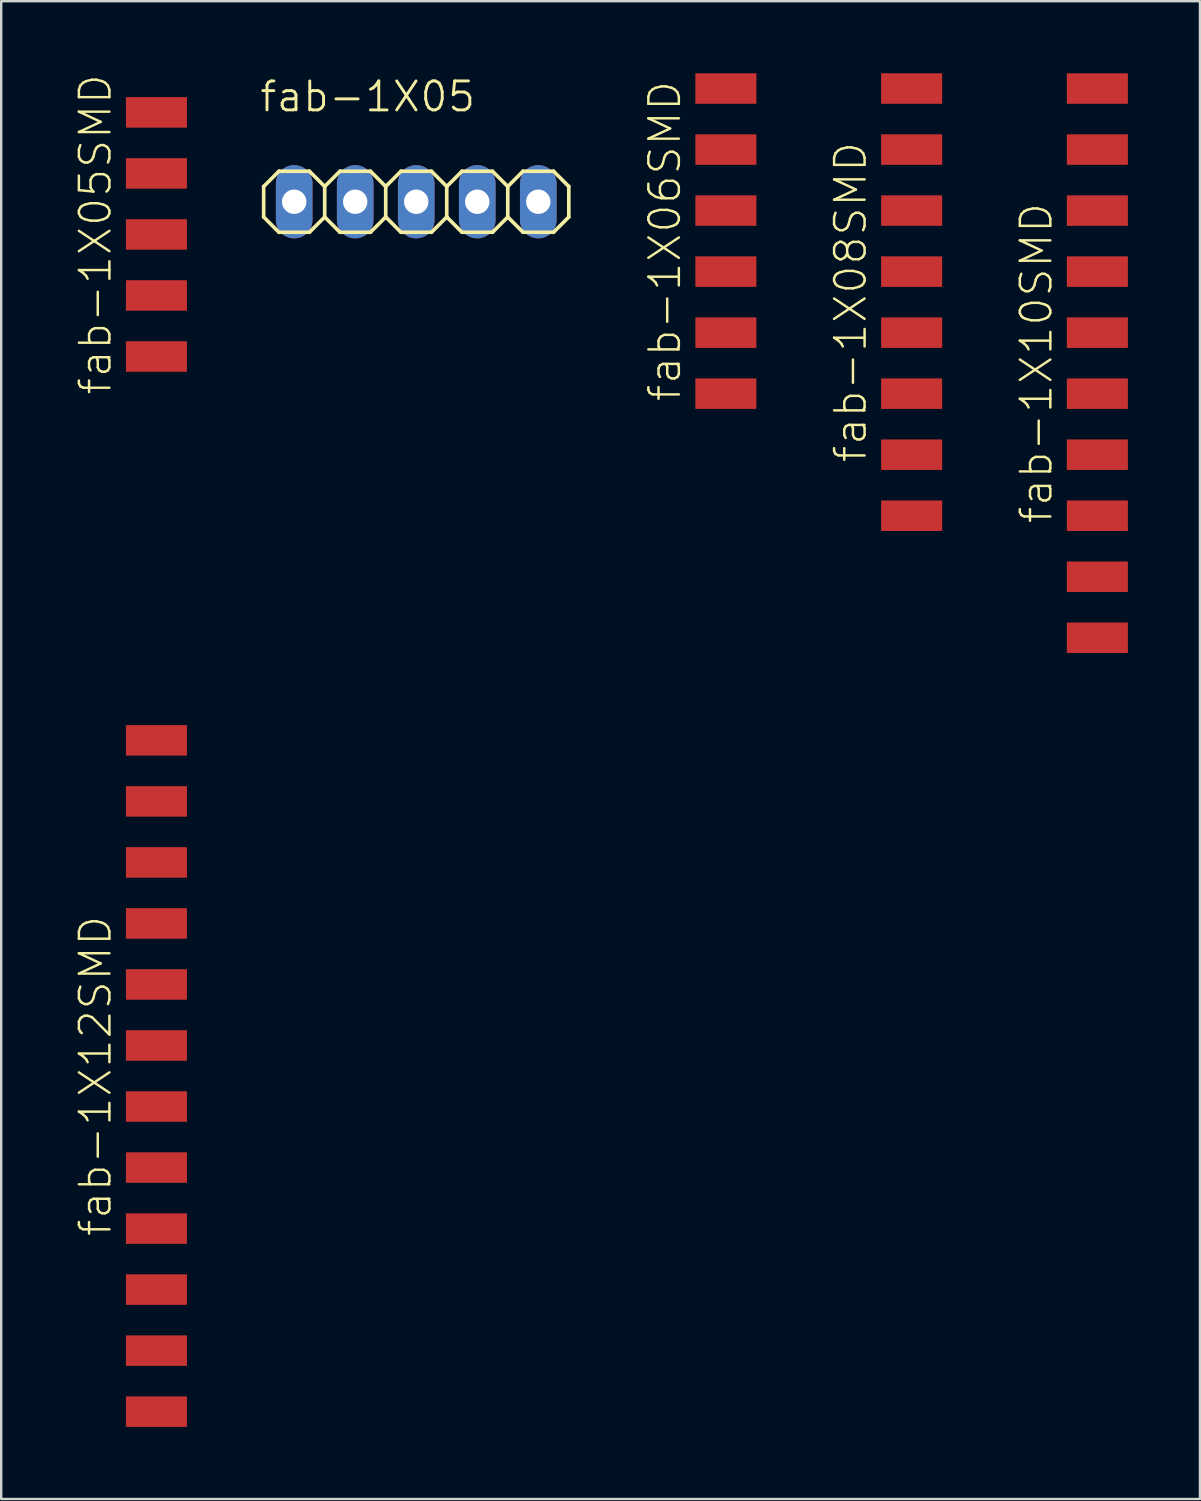
<source format=kicad_pcb>
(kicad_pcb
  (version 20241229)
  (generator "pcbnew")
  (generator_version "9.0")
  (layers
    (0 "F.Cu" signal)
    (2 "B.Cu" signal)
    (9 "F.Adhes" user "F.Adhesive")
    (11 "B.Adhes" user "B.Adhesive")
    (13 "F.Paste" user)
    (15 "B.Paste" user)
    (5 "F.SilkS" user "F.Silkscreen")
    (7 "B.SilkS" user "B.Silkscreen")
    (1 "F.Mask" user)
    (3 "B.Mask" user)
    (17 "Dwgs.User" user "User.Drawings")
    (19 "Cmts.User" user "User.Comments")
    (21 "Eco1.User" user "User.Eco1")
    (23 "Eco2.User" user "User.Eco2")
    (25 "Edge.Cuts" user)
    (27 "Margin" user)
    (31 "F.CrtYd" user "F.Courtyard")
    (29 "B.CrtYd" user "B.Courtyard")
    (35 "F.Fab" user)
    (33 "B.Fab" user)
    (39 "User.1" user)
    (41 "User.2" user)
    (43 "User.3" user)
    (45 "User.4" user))
  (footprint "fab-1X10SMD"
    (layer "F.Cu")
    (at 42.624 12.065)
    (property "Reference" "fab-1X10SMD" (at -2.54 0 90) (layer "F.SilkS") (effects (font (size 1.27 1.27) (thickness 0.102))))
    (attr smd)
    (pad "1" smd rect (at 0 -11.43) (size 2.54 1.27) (layers "F.Cu" "F.Mask" "F.Paste"))
    (pad "2" smd rect (at 0 -8.89) (size 2.54 1.27) (layers "F.Cu" "F.Mask" "F.Paste"))
    (pad "3" smd rect (at 0 -6.35) (size 2.54 1.27) (layers "F.Cu" "F.Mask" "F.Paste"))
    (pad "4" smd rect (at 0 -3.81) (size 2.54 1.27) (layers "F.Cu" "F.Mask" "F.Paste"))
    (pad "5" smd rect (at 0 -1.27) (size 2.54 1.27) (layers "F.Cu" "F.Mask" "F.Paste"))
    (pad "6" smd rect (at 0 1.27) (size 2.54 1.27) (layers "F.Cu" "F.Mask" "F.Paste"))
    (pad "7" smd rect (at 0 3.81) (size 2.54 1.27) (layers "F.Cu" "F.Mask" "F.Paste"))
    (pad "8" smd rect (at 0 6.35) (size 2.54 1.27) (layers "F.Cu" "F.Mask" "F.Paste"))
    (pad "9" smd rect (at 0 8.89) (size 2.54 1.27) (layers "F.Cu" "F.Mask" "F.Paste"))
    (pad "10" smd rect (at 0 11.43) (size 2.54 1.27) (layers "F.Cu" "F.Mask" "F.Paste")))
  (footprint "fab-1X05SMD"
    (layer "F.Cu")
    (at 3.461 6.708)
    (property "Reference" "fab-1X05SMD" (at -2.54 0 90) (layer "F.SilkS") (effects (font (size 1.27 1.27) (thickness 0.102))))
    (attr smd)
    (pad "1" smd rect (at 0 -5.08) (size 2.54 1.27) (layers "F.Cu" "F.Mask" "F.Paste"))
    (pad "2" smd rect (at 0 -2.54) (size 2.54 1.27) (layers "F.Cu" "F.Mask" "F.Paste"))
    (pad "3" smd rect (at 0 0) (size 2.54 1.27) (layers "F.Cu" "F.Mask" "F.Paste"))
    (pad "4" smd rect (at 0 2.54) (size 2.54 1.27) (layers "F.Cu" "F.Mask" "F.Paste"))
    (pad "5" smd rect (at 0 5.08) (size 2.54 1.27) (layers "F.Cu" "F.Mask" "F.Paste")))
  (footprint "fab-1X12SMD"
    (layer "F.Cu")
    (at 3.461 41.735)
    (property "Reference" "fab-1X12SMD" (at -2.54 0 90) (layer "F.SilkS") (effects (font (size 1.27 1.27) (thickness 0.102))))
    (attr smd)
    (pad "1" smd rect (at 0 -13.97) (size 2.54 1.27) (layers "F.Cu" "F.Mask" "F.Paste"))
    (pad "2" smd rect (at 0 -11.43) (size 2.54 1.27) (layers "F.Cu" "F.Mask" "F.Paste"))
    (pad "3" smd rect (at 0 -8.89) (size 2.54 1.27) (layers "F.Cu" "F.Mask" "F.Paste"))
    (pad "4" smd rect (at 0 -6.35) (size 2.54 1.27) (layers "F.Cu" "F.Mask" "F.Paste"))
    (pad "5" smd rect (at 0 -3.81) (size 2.54 1.27) (layers "F.Cu" "F.Mask" "F.Paste"))
    (pad "6" smd rect (at 0 -1.27) (size 2.54 1.27) (layers "F.Cu" "F.Mask" "F.Paste"))
    (pad "7" smd rect (at 0 1.27) (size 2.54 1.27) (layers "F.Cu" "F.Mask" "F.Paste"))
    (pad "8" smd rect (at 0 3.81) (size 2.54 1.27) (layers "F.Cu" "F.Mask" "F.Paste"))
    (pad "9" smd rect (at 0 6.35) (size 2.54 1.27) (layers "F.Cu" "F.Mask" "F.Paste"))
    (pad "10" smd rect (at 0 8.89) (size 2.54 1.27) (layers "F.Cu" "F.Mask" "F.Paste"))
    (pad "11" smd rect (at 0 11.43) (size 2.54 1.27) (layers "F.Cu" "F.Mask" "F.Paste"))
    (pad "12" smd rect (at 0 13.97) (size 2.54 1.27) (layers "F.Cu" "F.Mask" "F.Paste")))
  (footprint "fab-1X08SMD"
    (layer "F.Cu")
    (at 34.893 9.525)
    (property "Reference" "fab-1X08SMD" (at -2.54 0 90) (layer "F.SilkS") (effects (font (size 1.27 1.27) (thickness 0.102))))
    (attr smd)
    (pad "1" smd rect (at 0 -8.89) (size 2.54 1.27) (layers "F.Cu" "F.Mask" "F.Paste"))
    (pad "2" smd rect (at 0 -6.35) (size 2.54 1.27) (layers "F.Cu" "F.Mask" "F.Paste"))
    (pad "3" smd rect (at 0 -3.81) (size 2.54 1.27) (layers "F.Cu" "F.Mask" "F.Paste"))
    (pad "4" smd rect (at 0 -1.27) (size 2.54 1.27) (layers "F.Cu" "F.Mask" "F.Paste"))
    (pad "5" smd rect (at 0 1.27) (size 2.54 1.27) (layers "F.Cu" "F.Mask" "F.Paste"))
    (pad "6" smd rect (at 0 3.81) (size 2.54 1.27) (layers "F.Cu" "F.Mask" "F.Paste"))
    (pad "7" smd rect (at 0 6.35) (size 2.54 1.27) (layers "F.Cu" "F.Mask" "F.Paste"))
    (pad "8" smd rect (at 0 8.89) (size 2.54 1.27) (layers "F.Cu" "F.Mask" "F.Paste")))
  (footprint "fab-1X05"
    (layer "F.Cu")
    (at 14.274 5.347)
    (property "Reference" "fab-1X05" (at 2.54 -5.08 180) (layer "F.SilkS") (effects (font (size 1.206 1.206) (thickness 0.121)) (justify right top)))
    (attr through_hole)
    (fp_line (start -6.35 -0.635) (end -6.35 0.635) (stroke (width 0.152) (type solid)) (layer "F.SilkS"))
    (fp_line (start -6.35 0.635) (end -5.715 1.27) (stroke (width 0.152) (type solid)) (layer "F.SilkS"))
    (fp_line (start -5.715 -1.27) (end -6.35 -0.635) (stroke (width 0.152) (type solid)) (layer "F.SilkS"))
    (fp_line (start -5.715 -1.27) (end -4.445 -1.27) (stroke (width 0.152) (type solid)) (layer "F.SilkS"))
    (fp_line (start -4.445 -1.27) (end -3.81 -0.635) (stroke (width 0.152) (type solid)) (layer "F.SilkS"))
    (fp_line (start -4.445 1.27) (end -5.715 1.27) (stroke (width 0.152) (type solid)) (layer "F.SilkS"))
    (fp_line (start -3.81 -0.635) (end -3.81 0.635) (stroke (width 0.152) (type solid)) (layer "F.SilkS"))
    (fp_line (start -3.81 -0.635) (end -3.175 -1.27) (stroke (width 0.152) (type solid)) (layer "F.SilkS"))
    (fp_line (start -3.81 0.635) (end -4.445 1.27) (stroke (width 0.152) (type solid)) (layer "F.SilkS"))
    (fp_line (start -3.175 -1.27) (end -1.905 -1.27) (stroke (width 0.152) (type solid)) (layer "F.SilkS"))
    (fp_line (start -3.175 1.27) (end -3.81 0.635) (stroke (width 0.152) (type solid)) (layer "F.SilkS"))
    (fp_line (start -1.905 -1.27) (end -1.27 -0.635) (stroke (width 0.152) (type solid)) (layer "F.SilkS"))
    (fp_line (start -1.905 1.27) (end -3.175 1.27) (stroke (width 0.152) (type solid)) (layer "F.SilkS"))
    (fp_line (start -1.27 -0.635) (end -1.27 0.635) (stroke (width 0.152) (type solid)) (layer "F.SilkS"))
    (fp_line (start -1.27 -0.635) (end -0.635 -1.27) (stroke (width 0.152) (type solid)) (layer "F.SilkS"))
    (fp_line (start -1.27 0.635) (end -1.905 1.27) (stroke (width 0.152) (type solid)) (layer "F.SilkS"))
    (fp_line (start -0.635 -1.27) (end 0.635 -1.27) (stroke (width 0.152) (type solid)) (layer "F.SilkS"))
    (fp_line (start -0.635 1.27) (end -1.27 0.635) (stroke (width 0.152) (type solid)) (layer "F.SilkS"))
    (fp_line (start 0.635 -1.27) (end 1.27 -0.635) (stroke (width 0.152) (type solid)) (layer "F.SilkS"))
    (fp_line (start 0.635 1.27) (end -0.635 1.27) (stroke (width 0.152) (type solid)) (layer "F.SilkS"))
    (fp_line (start 1.27 -0.635) (end 1.27 0.635) (stroke (width 0.152) (type solid)) (layer "F.SilkS"))
    (fp_line (start 1.27 0.635) (end 0.635 1.27) (stroke (width 0.152) (type solid)) (layer "F.SilkS"))
    (fp_line (start 1.27 0.635) (end 1.905 1.27) (stroke (width 0.152) (type solid)) (layer "F.SilkS"))
    (fp_line (start 1.905 -1.27) (end 1.27 -0.635) (stroke (width 0.152) (type solid)) (layer "F.SilkS"))
    (fp_line (start 1.905 -1.27) (end 3.175 -1.27) (stroke (width 0.152) (type solid)) (layer "F.SilkS"))
    (fp_line (start 3.175 -1.27) (end 3.81 -0.635) (stroke (width 0.152) (type solid)) (layer "F.SilkS"))
    (fp_line (start 3.175 1.27) (end 1.905 1.27) (stroke (width 0.152) (type solid)) (layer "F.SilkS"))
    (fp_line (start 3.81 -0.635) (end 3.81 0.635) (stroke (width 0.152) (type solid)) (layer "F.SilkS"))
    (fp_line (start 3.81 -0.635) (end 4.445 -1.27) (stroke (width 0.152) (type solid)) (layer "F.SilkS"))
    (fp_line (start 3.81 0.635) (end 3.175 1.27) (stroke (width 0.152) (type solid)) (layer "F.SilkS"))
    (fp_line (start 4.445 -1.27) (end 5.715 -1.27) (stroke (width 0.152) (type solid)) (layer "F.SilkS"))
    (fp_line (start 4.445 1.27) (end 3.81 0.635) (stroke (width 0.152) (type solid)) (layer "F.SilkS"))
    (fp_line (start 5.715 -1.27) (end 6.35 -0.635) (stroke (width 0.152) (type solid)) (layer "F.SilkS"))
    (fp_line (start 5.715 1.27) (end 4.445 1.27) (stroke (width 0.152) (type solid)) (layer "F.SilkS"))
    (fp_line (start 6.35 -0.635) (end 6.35 0.635) (stroke (width 0.152) (type solid)) (layer "F.SilkS"))
    (fp_line (start 6.35 0.635) (end 5.715 1.27) (stroke (width 0.152) (type solid)) (layer "F.SilkS"))
    (fp_poly (pts (xy -5.334 0.254) (xy -4.826 0.254) (xy -4.826 -0.254) (xy -5.334 -0.254)) (stroke (width 0.1) (type solid)) (fill no) (layer "F.Fab"))
    (fp_poly (pts (xy -2.794 0.254) (xy -2.286 0.254) (xy -2.286 -0.254) (xy -2.794 -0.254)) (stroke (width 0.1) (type solid)) (fill no) (layer "F.Fab"))
    (fp_poly (pts (xy -0.254 0.254) (xy 0.254 0.254) (xy 0.254 -0.254) (xy -0.254 -0.254)) (stroke (width 0.1) (type solid)) (fill no) (layer "F.Fab"))
    (fp_poly (pts (xy 2.286 0.254) (xy 2.794 0.254) (xy 2.794 -0.254) (xy 2.286 -0.254)) (stroke (width 0.1) (type solid)) (fill no) (layer "F.Fab"))
    (fp_poly (pts (xy 4.826 0.254) (xy 5.334 0.254) (xy 5.334 -0.254) (xy 4.826 -0.254)) (stroke (width 0.1) (type solid)) (fill no) (layer "F.Fab"))
    (pad "1" thru_hole oval (at -5.08 0 90) (size 3.048 1.524) (drill 1.016) (layers "*.Cu" "*.Mask"))
    (pad "2" thru_hole oval (at -2.54 0 90) (size 3.048 1.524) (drill 1.016) (layers "*.Cu" "*.Mask"))
    (pad "3" thru_hole oval (at 0 0 90) (size 3.048 1.524) (drill 1.016) (layers "*.Cu" "*.Mask"))
    (pad "4" thru_hole oval (at 2.54 0 90) (size 3.048 1.524) (drill 1.016) (layers "*.Cu" "*.Mask"))
    (pad "5" thru_hole oval (at 5.08 0 90) (size 3.048 1.524) (drill 1.016) (layers "*.Cu" "*.Mask")))
  (footprint "fab-1X06SMD"
    (layer "F.Cu")
    (at 27.162 6.985)
    (property "Reference" "fab-1X06SMD" (at -2.54 0 90) (layer "F.SilkS") (effects (font (size 1.27 1.27) (thickness 0.102))))
    (attr smd)
    (pad "1" smd rect (at 0 -6.35) (size 2.54 1.27) (layers "F.Cu" "F.Mask" "F.Paste"))
    (pad "2" smd rect (at 0 -3.81) (size 2.54 1.27) (layers "F.Cu" "F.Mask" "F.Paste"))
    (pad "3" smd rect (at 0 -1.27) (size 2.54 1.27) (layers "F.Cu" "F.Mask" "F.Paste"))
    (pad "4" smd rect (at 0 1.27) (size 2.54 1.27) (layers "F.Cu" "F.Mask" "F.Paste"))
    (pad "5" smd rect (at 0 3.81) (size 2.54 1.27) (layers "F.Cu" "F.Mask" "F.Paste"))
    (pad "6" smd rect (at 0 6.35) (size 2.54 1.27) (layers "F.Cu" "F.Mask" "F.Paste")))
  (gr_rect
    (start -3 -3)
    (end 46.894 59.34)
    (stroke (width 0.1) (type default))
    (fill no)
    (layer "Edge.Cuts")))
</source>
